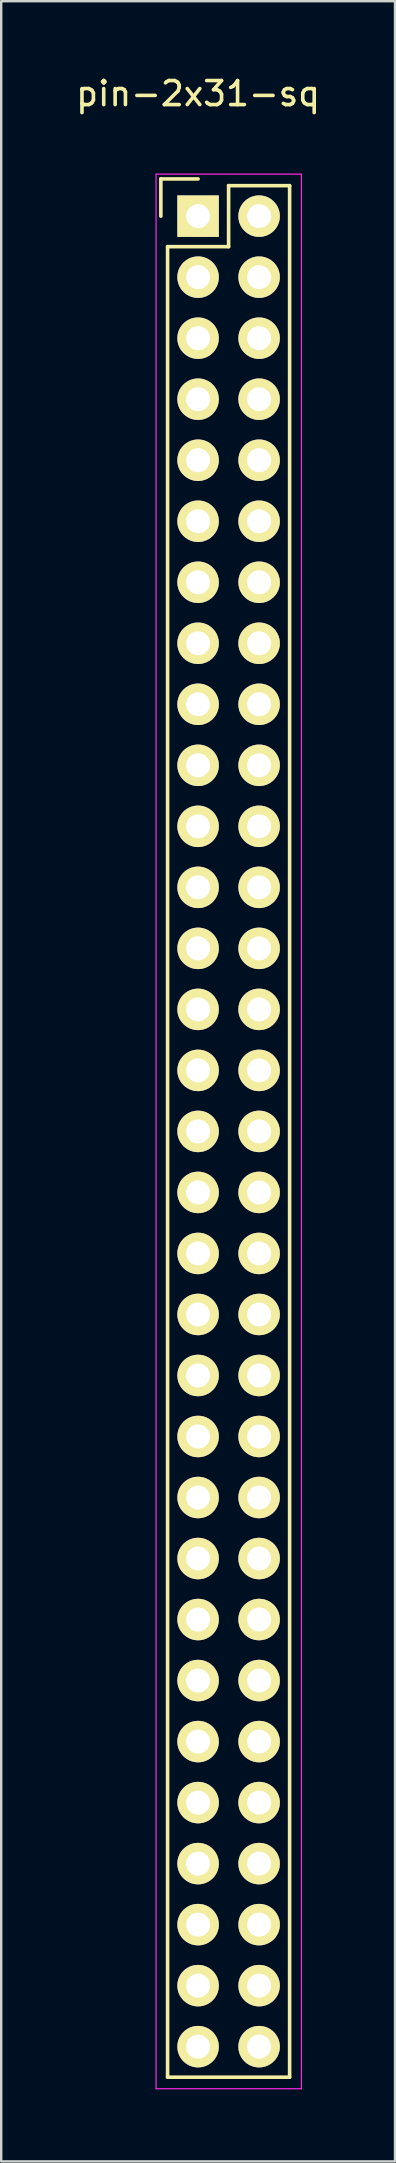
<source format=kicad_pcb>
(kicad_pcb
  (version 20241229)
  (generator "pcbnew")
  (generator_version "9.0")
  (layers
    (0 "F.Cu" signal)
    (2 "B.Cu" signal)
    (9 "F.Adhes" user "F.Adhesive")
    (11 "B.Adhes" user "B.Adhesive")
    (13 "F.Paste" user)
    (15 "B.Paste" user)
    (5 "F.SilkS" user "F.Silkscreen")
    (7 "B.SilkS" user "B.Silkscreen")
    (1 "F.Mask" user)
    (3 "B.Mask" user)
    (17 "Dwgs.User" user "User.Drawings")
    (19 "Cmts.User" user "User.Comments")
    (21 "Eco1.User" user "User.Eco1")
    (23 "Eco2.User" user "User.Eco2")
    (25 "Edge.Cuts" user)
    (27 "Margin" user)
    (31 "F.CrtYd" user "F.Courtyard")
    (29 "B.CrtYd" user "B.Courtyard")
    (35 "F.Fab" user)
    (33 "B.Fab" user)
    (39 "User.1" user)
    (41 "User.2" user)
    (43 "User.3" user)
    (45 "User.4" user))
  (footprint "pin-2x31-sq"
    (layer "F.Cu")
    (at 5.196 5.948)
    (property "Reference" "pin-2x31-sq" (at 0 -5.1 0) (layer "F.SilkS") (effects (font (size 1 1) (thickness 0.15))))
    (attr through_hole)
    (fp_line (start -1.55 -1.55) (end -1.55 0) (stroke (width 0.15) (type solid)) (layer "F.SilkS"))
    (fp_line (start -1.27 77.47) (end -1.27 1.27) (stroke (width 0.15) (type solid)) (layer "F.SilkS"))
    (fp_line (start 0 -1.55) (end -1.55 -1.55) (stroke (width 0.15) (type solid)) (layer "F.SilkS"))
    (fp_line (start 1.27 -1.27) (end 1.27 1.27) (stroke (width 0.15) (type solid)) (layer "F.SilkS"))
    (fp_line (start 1.27 1.27) (end -1.27 1.27) (stroke (width 0.15) (type solid)) (layer "F.SilkS"))
    (fp_line (start 3.81 -1.27) (end 1.27 -1.27) (stroke (width 0.15) (type solid)) (layer "F.SilkS"))
    (fp_line (start 3.81 -1.27) (end 3.81 77.47) (stroke (width 0.15) (type solid)) (layer "F.SilkS"))
    (fp_line (start 3.81 77.47) (end -1.27 77.47) (stroke (width 0.15) (type solid)) (layer "F.SilkS"))
    (fp_line (start -1.75 -1.75) (end -1.75 77.95) (stroke (width 0.05) (type solid)) (layer "F.CrtYd"))
    (fp_line (start -1.75 -1.75) (end 4.3 -1.75) (stroke (width 0.05) (type solid)) (layer "F.CrtYd"))
    (fp_line (start -1.75 77.95) (end 4.3 77.95) (stroke (width 0.05) (type solid)) (layer "F.CrtYd"))
    (fp_line (start 4.3 -1.75) (end 4.3 77.95) (stroke (width 0.05) (type solid)) (layer "F.CrtYd"))
    (pad "1" thru_hole rect (at 0 0) (size 1.727 1.727) (drill 1) (layers "*.Cu" "*.Mask" "F.SilkS"))
    (pad "2" thru_hole oval (at 2.54 0) (size 1.727 1.727) (drill 1) (layers "*.Cu" "*.Mask" "F.SilkS"))
    (pad "3" thru_hole oval (at 0 2.54) (size 1.727 1.727) (drill 1) (layers "*.Cu" "*.Mask" "F.SilkS"))
    (pad "4" thru_hole oval (at 2.54 2.54) (size 1.727 1.727) (drill 1) (layers "*.Cu" "*.Mask" "F.SilkS"))
    (pad "5" thru_hole oval (at 0 5.08) (size 1.727 1.727) (drill 1) (layers "*.Cu" "*.Mask" "F.SilkS"))
    (pad "6" thru_hole oval (at 2.54 5.08) (size 1.727 1.727) (drill 1) (layers "*.Cu" "*.Mask" "F.SilkS"))
    (pad "7" thru_hole oval (at 0 7.62) (size 1.727 1.727) (drill 1) (layers "*.Cu" "*.Mask" "F.SilkS"))
    (pad "8" thru_hole oval (at 2.54 7.62) (size 1.727 1.727) (drill 1) (layers "*.Cu" "*.Mask" "F.SilkS"))
    (pad "9" thru_hole oval (at 0 10.16) (size 1.727 1.727) (drill 1) (layers "*.Cu" "*.Mask" "F.SilkS"))
    (pad "10" thru_hole oval (at 2.54 10.16) (size 1.727 1.727) (drill 1) (layers "*.Cu" "*.Mask" "F.SilkS"))
    (pad "11" thru_hole oval (at 0 12.7) (size 1.727 1.727) (drill 1) (layers "*.Cu" "*.Mask" "F.SilkS"))
    (pad "12" thru_hole oval (at 2.54 12.7) (size 1.727 1.727) (drill 1) (layers "*.Cu" "*.Mask" "F.SilkS"))
    (pad "13" thru_hole oval (at 0 15.24) (size 1.727 1.727) (drill 1) (layers "*.Cu" "*.Mask" "F.SilkS"))
    (pad "14" thru_hole oval (at 2.54 15.24) (size 1.727 1.727) (drill 1) (layers "*.Cu" "*.Mask" "F.SilkS"))
    (pad "15" thru_hole oval (at 0 17.78) (size 1.727 1.727) (drill 1) (layers "*.Cu" "*.Mask" "F.SilkS"))
    (pad "16" thru_hole oval (at 2.54 17.78) (size 1.727 1.727) (drill 1) (layers "*.Cu" "*.Mask" "F.SilkS"))
    (pad "17" thru_hole oval (at 0 20.32) (size 1.727 1.727) (drill 1) (layers "*.Cu" "*.Mask" "F.SilkS"))
    (pad "18" thru_hole oval (at 2.54 20.32) (size 1.727 1.727) (drill 1) (layers "*.Cu" "*.Mask" "F.SilkS"))
    (pad "19" thru_hole oval (at 0 22.86) (size 1.727 1.727) (drill 1) (layers "*.Cu" "*.Mask" "F.SilkS"))
    (pad "20" thru_hole oval (at 2.54 22.86) (size 1.727 1.727) (drill 1) (layers "*.Cu" "*.Mask" "F.SilkS"))
    (pad "21" thru_hole oval (at 0 25.4) (size 1.727 1.727) (drill 1) (layers "*.Cu" "*.Mask" "F.SilkS"))
    (pad "22" thru_hole oval (at 2.54 25.4) (size 1.727 1.727) (drill 1) (layers "*.Cu" "*.Mask" "F.SilkS"))
    (pad "23" thru_hole oval (at 0 27.94) (size 1.727 1.727) (drill 1) (layers "*.Cu" "*.Mask" "F.SilkS"))
    (pad "24" thru_hole oval (at 2.54 27.94) (size 1.727 1.727) (drill 1) (layers "*.Cu" "*.Mask" "F.SilkS"))
    (pad "25" thru_hole oval (at 0 30.48) (size 1.727 1.727) (drill 1) (layers "*.Cu" "*.Mask" "F.SilkS"))
    (pad "26" thru_hole oval (at 2.54 30.48) (size 1.727 1.727) (drill 1) (layers "*.Cu" "*.Mask" "F.SilkS"))
    (pad "27" thru_hole oval (at 0 33.02) (size 1.727 1.727) (drill 1) (layers "*.Cu" "*.Mask" "F.SilkS"))
    (pad "28" thru_hole oval (at 2.54 33.02) (size 1.727 1.727) (drill 1) (layers "*.Cu" "*.Mask" "F.SilkS"))
    (pad "29" thru_hole oval (at 0 35.56) (size 1.727 1.727) (drill 1) (layers "*.Cu" "*.Mask" "F.SilkS"))
    (pad "30" thru_hole oval (at 2.54 35.56) (size 1.727 1.727) (drill 1) (layers "*.Cu" "*.Mask" "F.SilkS"))
    (pad "31" thru_hole oval (at 0 38.1) (size 1.727 1.727) (drill 1) (layers "*.Cu" "*.Mask" "F.SilkS"))
    (pad "32" thru_hole oval (at 2.54 38.1) (size 1.727 1.727) (drill 1) (layers "*.Cu" "*.Mask" "F.SilkS"))
    (pad "33" thru_hole oval (at 0 40.64) (size 1.727 1.727) (drill 1) (layers "*.Cu" "*.Mask" "F.SilkS"))
    (pad "34" thru_hole oval (at 2.54 40.64) (size 1.727 1.727) (drill 1) (layers "*.Cu" "*.Mask" "F.SilkS"))
    (pad "35" thru_hole oval (at 0 43.18) (size 1.727 1.727) (drill 1) (layers "*.Cu" "*.Mask" "F.SilkS"))
    (pad "36" thru_hole oval (at 2.54 43.18) (size 1.727 1.727) (drill 1) (layers "*.Cu" "*.Mask" "F.SilkS"))
    (pad "37" thru_hole oval (at 0 45.72) (size 1.727 1.727) (drill 1) (layers "*.Cu" "*.Mask" "F.SilkS"))
    (pad "38" thru_hole oval (at 2.54 45.72) (size 1.727 1.727) (drill 1) (layers "*.Cu" "*.Mask" "F.SilkS"))
    (pad "39" thru_hole oval (at 0 48.26) (size 1.727 1.727) (drill 1) (layers "*.Cu" "*.Mask" "F.SilkS"))
    (pad "40" thru_hole oval (at 2.54 48.26) (size 1.727 1.727) (drill 1) (layers "*.Cu" "*.Mask" "F.SilkS"))
    (pad "41" thru_hole oval (at 0 50.8) (size 1.727 1.727) (drill 1) (layers "*.Cu" "*.Mask" "F.SilkS"))
    (pad "42" thru_hole oval (at 2.54 50.8) (size 1.727 1.727) (drill 1) (layers "*.Cu" "*.Mask" "F.SilkS"))
    (pad "43" thru_hole oval (at 0 53.34) (size 1.727 1.727) (drill 1) (layers "*.Cu" "*.Mask" "F.SilkS"))
    (pad "44" thru_hole oval (at 2.54 53.34) (size 1.727 1.727) (drill 1) (layers "*.Cu" "*.Mask" "F.SilkS"))
    (pad "45" thru_hole oval (at 0 55.88) (size 1.727 1.727) (drill 1) (layers "*.Cu" "*.Mask" "F.SilkS"))
    (pad "46" thru_hole oval (at 2.54 55.88) (size 1.727 1.727) (drill 1) (layers "*.Cu" "*.Mask" "F.SilkS"))
    (pad "47" thru_hole oval (at 0 58.42) (size 1.727 1.727) (drill 1) (layers "*.Cu" "*.Mask" "F.SilkS"))
    (pad "48" thru_hole oval (at 2.54 58.42) (size 1.727 1.727) (drill 1) (layers "*.Cu" "*.Mask" "F.SilkS"))
    (pad "49" thru_hole oval (at 0 60.96) (size 1.727 1.727) (drill 1) (layers "*.Cu" "*.Mask" "F.SilkS"))
    (pad "50" thru_hole oval (at 2.54 60.96) (size 1.727 1.727) (drill 1) (layers "*.Cu" "*.Mask" "F.SilkS"))
    (pad "51" thru_hole oval (at 0 63.5) (size 1.727 1.727) (drill 1) (layers "*.Cu" "*.Mask" "F.SilkS"))
    (pad "52" thru_hole oval (at 2.54 63.5) (size 1.727 1.727) (drill 1) (layers "*.Cu" "*.Mask" "F.SilkS"))
    (pad "53" thru_hole oval (at 0 66.04) (size 1.727 1.727) (drill 1) (layers "*.Cu" "*.Mask" "F.SilkS"))
    (pad "54" thru_hole oval (at 2.54 66.04) (size 1.727 1.727) (drill 1) (layers "*.Cu" "*.Mask" "F.SilkS"))
    (pad "55" thru_hole oval (at 0 68.58) (size 1.727 1.727) (drill 1) (layers "*.Cu" "*.Mask" "F.SilkS"))
    (pad "56" thru_hole oval (at 2.54 68.58) (size 1.727 1.727) (drill 1) (layers "*.Cu" "*.Mask" "F.SilkS"))
    (pad "57" thru_hole oval (at 0 71.12) (size 1.727 1.727) (drill 1) (layers "*.Cu" "*.Mask" "F.SilkS"))
    (pad "58" thru_hole oval (at 2.54 71.12) (size 1.727 1.727) (drill 1) (layers "*.Cu" "*.Mask" "F.SilkS"))
    (pad "59" thru_hole oval (at 0 73.66) (size 1.727 1.727) (drill 1) (layers "*.Cu" "*.Mask" "F.SilkS"))
    (pad "60" thru_hole oval (at 2.54 73.66) (size 1.727 1.727) (drill 1) (layers "*.Cu" "*.Mask" "F.SilkS"))
    (pad "61" thru_hole oval (at 0 76.2) (size 1.727 1.727) (drill 1) (layers "*.Cu" "*.Mask" "F.SilkS"))
    (pad "62" thru_hole oval (at 2.54 76.2) (size 1.727 1.727) (drill 1) (layers "*.Cu" "*.Mask" "F.SilkS")))
  (gr_rect
    (start -3 -3)
    (end 13.393 86.923)
    (stroke (width 0.1) (type default))
    (fill no)
    (layer "Edge.Cuts")))
</source>
